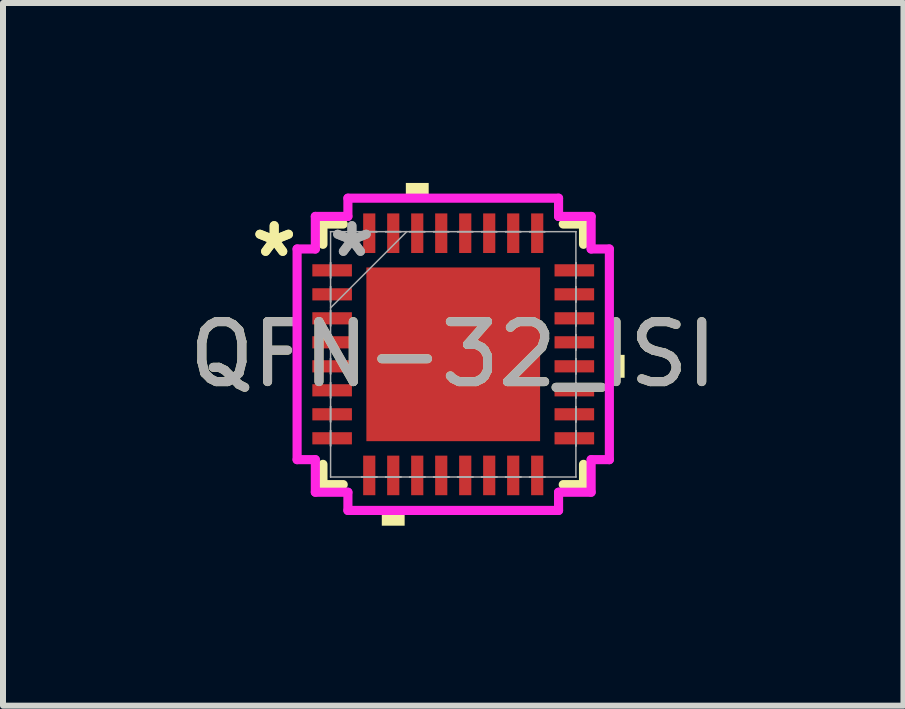
<source format=kicad_pcb>
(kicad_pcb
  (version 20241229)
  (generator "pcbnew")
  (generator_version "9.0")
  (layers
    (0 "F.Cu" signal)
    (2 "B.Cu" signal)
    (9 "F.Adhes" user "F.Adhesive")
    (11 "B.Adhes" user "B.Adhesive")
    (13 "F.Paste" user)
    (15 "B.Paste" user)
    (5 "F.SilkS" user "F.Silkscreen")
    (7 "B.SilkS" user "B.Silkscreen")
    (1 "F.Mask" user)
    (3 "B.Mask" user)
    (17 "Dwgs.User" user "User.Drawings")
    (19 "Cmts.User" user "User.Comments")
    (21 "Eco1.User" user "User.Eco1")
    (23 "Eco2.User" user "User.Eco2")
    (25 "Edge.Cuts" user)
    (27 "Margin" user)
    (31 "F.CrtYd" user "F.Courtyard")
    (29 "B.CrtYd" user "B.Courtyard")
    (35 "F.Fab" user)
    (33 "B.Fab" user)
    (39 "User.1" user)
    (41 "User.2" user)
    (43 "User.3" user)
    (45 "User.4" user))
  (footprint "QFN-32_ISI"
    (layer "F.Cu")
    (at 4.506 2.857)
    (property "Reference" "QFN-32_ISI" (at 0 0 0) (unlocked yes) (layer "F.SilkS") (effects (font (size 1 1) (thickness 0.15))))
    (attr smd)
    (fp_line (start -2.172 -2.172) (end -2.172 -1.834) (stroke (width 0.152) (type solid)) (layer "F.SilkS"))
    (fp_line (start -2.172 1.834) (end -2.172 2.172) (stroke (width 0.152) (type solid)) (layer "F.SilkS"))
    (fp_line (start -2.172 2.172) (end -1.834 2.172) (stroke (width 0.152) (type solid)) (layer "F.SilkS"))
    (fp_line (start -1.834 -2.172) (end -2.172 -2.172) (stroke (width 0.152) (type solid)) (layer "F.SilkS"))
    (fp_line (start 1.834 2.172) (end 2.172 2.172) (stroke (width 0.152) (type solid)) (layer "F.SilkS"))
    (fp_line (start 2.172 -2.172) (end 1.834 -2.172) (stroke (width 0.152) (type solid)) (layer "F.SilkS"))
    (fp_line (start 2.172 -1.834) (end 2.172 -2.172) (stroke (width 0.152) (type solid)) (layer "F.SilkS"))
    (fp_line (start 2.172 2.172) (end 2.172 1.834) (stroke (width 0.152) (type solid)) (layer "F.SilkS"))
    (fp_poly (pts (xy -1.191 2.603) (xy -1.191 2.857) (xy -0.81 2.857) (xy -0.81 2.603)) (stroke (width 0) (type solid)) (fill yes) (layer "F.SilkS"))
    (fp_poly (pts (xy -0.79 -2.603) (xy -0.79 -2.857) (xy -0.409 -2.857) (xy -0.409 -2.603)) (stroke (width 0) (type solid)) (fill yes) (layer "F.SilkS"))
    (fp_poly (pts (xy 2.857 0.009) (xy 2.857 0.391) (xy 2.603 0.391) (xy 2.603 0.009)) (stroke (width 0) (type solid)) (fill yes) (layer "F.SilkS"))
    (fp_poly (pts (xy -1.348 -1.348) (xy -1.348 -0.1) (xy -0.1 -0.1) (xy -0.1 -1.348)) (stroke (width 0) (type solid)) (fill yes) (layer "F.Paste"))
    (fp_poly (pts (xy -1.348 0.1) (xy -1.348 1.348) (xy -0.1 1.348) (xy -0.1 0.1)) (stroke (width 0) (type solid)) (fill yes) (layer "F.Paste"))
    (fp_poly (pts (xy 0.1 -1.348) (xy 0.1 -0.1) (xy 1.348 -0.1) (xy 1.348 -1.348)) (stroke (width 0) (type solid)) (fill yes) (layer "F.Paste"))
    (fp_poly (pts (xy 0.1 0.1) (xy 0.1 1.348) (xy 1.348 1.348) (xy 1.348 0.1)) (stroke (width 0) (type solid)) (fill yes) (layer "F.Paste"))
    (fp_line (start -2.603 -1.756) (end -2.299 -1.756) (stroke (width 0.152) (type solid)) (layer "F.CrtYd"))
    (fp_line (start -2.603 1.756) (end -2.603 -1.756) (stroke (width 0.152) (type solid)) (layer "F.CrtYd"))
    (fp_line (start -2.299 -2.299) (end -1.756 -2.299) (stroke (width 0.152) (type solid)) (layer "F.CrtYd"))
    (fp_line (start -2.299 -1.756) (end -2.299 -2.299) (stroke (width 0.152) (type solid)) (layer "F.CrtYd"))
    (fp_line (start -2.299 1.756) (end -2.603 1.756) (stroke (width 0.152) (type solid)) (layer "F.CrtYd"))
    (fp_line (start -2.299 2.299) (end -2.299 1.756) (stroke (width 0.152) (type solid)) (layer "F.CrtYd"))
    (fp_line (start -1.756 -2.603) (end 1.756 -2.603) (stroke (width 0.152) (type solid)) (layer "F.CrtYd"))
    (fp_line (start -1.756 -2.299) (end -1.756 -2.603) (stroke (width 0.152) (type solid)) (layer "F.CrtYd"))
    (fp_line (start -1.756 2.299) (end -2.299 2.299) (stroke (width 0.152) (type solid)) (layer "F.CrtYd"))
    (fp_line (start -1.756 2.603) (end -1.756 2.299) (stroke (width 0.152) (type solid)) (layer "F.CrtYd"))
    (fp_line (start 1.756 -2.603) (end 1.756 -2.299) (stroke (width 0.152) (type solid)) (layer "F.CrtYd"))
    (fp_line (start 1.756 -2.299) (end 2.299 -2.299) (stroke (width 0.152) (type solid)) (layer "F.CrtYd"))
    (fp_line (start 1.756 2.299) (end 1.756 2.603) (stroke (width 0.152) (type solid)) (layer "F.CrtYd"))
    (fp_line (start 1.756 2.603) (end -1.756 2.603) (stroke (width 0.152) (type solid)) (layer "F.CrtYd"))
    (fp_line (start 2.299 -2.299) (end 2.299 -1.756) (stroke (width 0.152) (type solid)) (layer "F.CrtYd"))
    (fp_line (start 2.299 -1.756) (end 2.603 -1.756) (stroke (width 0.152) (type solid)) (layer "F.CrtYd"))
    (fp_line (start 2.299 1.756) (end 2.299 2.299) (stroke (width 0.152) (type solid)) (layer "F.CrtYd"))
    (fp_line (start 2.299 2.299) (end 1.756 2.299) (stroke (width 0.152) (type solid)) (layer "F.CrtYd"))
    (fp_line (start 2.603 -1.756) (end 2.603 1.756) (stroke (width 0.152) (type solid)) (layer "F.CrtYd"))
    (fp_line (start 2.603 1.756) (end 2.299 1.756) (stroke (width 0.152) (type solid)) (layer "F.CrtYd"))
    (fp_line (start -2.045 -2.045) (end -2.045 -2.045) (stroke (width 0.025) (type solid)) (layer "F.Fab"))
    (fp_line (start -2.045 -2.045) (end -2.045 2.045) (stroke (width 0.025) (type solid)) (layer "F.Fab"))
    (fp_line (start -2.045 -1.527) (end -2.045 -1.527) (stroke (width 0.025) (type solid)) (layer "F.Fab"))
    (fp_line (start -2.045 -1.527) (end -2.045 -1.273) (stroke (width 0.025) (type solid)) (layer "F.Fab"))
    (fp_line (start -2.045 -1.273) (end -2.045 -1.527) (stroke (width 0.025) (type solid)) (layer "F.Fab"))
    (fp_line (start -2.045 -1.273) (end -2.045 -1.273) (stroke (width 0.025) (type solid)) (layer "F.Fab"))
    (fp_line (start -2.045 -1.127) (end -2.045 -1.127) (stroke (width 0.025) (type solid)) (layer "F.Fab"))
    (fp_line (start -2.045 -1.127) (end -2.045 -0.873) (stroke (width 0.025) (type solid)) (layer "F.Fab"))
    (fp_line (start -2.045 -0.873) (end -2.045 -1.127) (stroke (width 0.025) (type solid)) (layer "F.Fab"))
    (fp_line (start -2.045 -0.873) (end -2.045 -0.873) (stroke (width 0.025) (type solid)) (layer "F.Fab"))
    (fp_line (start -2.045 -0.775) (end -0.775 -2.045) (stroke (width 0.025) (type solid)) (layer "F.Fab"))
    (fp_line (start -2.045 -0.727) (end -2.045 -0.727) (stroke (width 0.025) (type solid)) (layer "F.Fab"))
    (fp_line (start -2.045 -0.727) (end -2.045 -0.473) (stroke (width 0.025) (type solid)) (layer "F.Fab"))
    (fp_line (start -2.045 -0.473) (end -2.045 -0.727) (stroke (width 0.025) (type solid)) (layer "F.Fab"))
    (fp_line (start -2.045 -0.473) (end -2.045 -0.473) (stroke (width 0.025) (type solid)) (layer "F.Fab"))
    (fp_line (start -2.045 -0.327) (end -2.045 -0.327) (stroke (width 0.025) (type solid)) (layer "F.Fab"))
    (fp_line (start -2.045 -0.327) (end -2.045 -0.073) (stroke (width 0.025) (type solid)) (layer "F.Fab"))
    (fp_line (start -2.045 -0.073) (end -2.045 -0.327) (stroke (width 0.025) (type solid)) (layer "F.Fab"))
    (fp_line (start -2.045 -0.073) (end -2.045 -0.073) (stroke (width 0.025) (type solid)) (layer "F.Fab"))
    (fp_line (start -2.045 0.073) (end -2.045 0.073) (stroke (width 0.025) (type solid)) (layer "F.Fab"))
    (fp_line (start -2.045 0.073) (end -2.045 0.327) (stroke (width 0.025) (type solid)) (layer "F.Fab"))
    (fp_line (start -2.045 0.327) (end -2.045 0.073) (stroke (width 0.025) (type solid)) (layer "F.Fab"))
    (fp_line (start -2.045 0.327) (end -2.045 0.327) (stroke (width 0.025) (type solid)) (layer "F.Fab"))
    (fp_line (start -2.045 0.473) (end -2.045 0.473) (stroke (width 0.025) (type solid)) (layer "F.Fab"))
    (fp_line (start -2.045 0.473) (end -2.045 0.727) (stroke (width 0.025) (type solid)) (layer "F.Fab"))
    (fp_line (start -2.045 0.727) (end -2.045 0.473) (stroke (width 0.025) (type solid)) (layer "F.Fab"))
    (fp_line (start -2.045 0.727) (end -2.045 0.727) (stroke (width 0.025) (type solid)) (layer "F.Fab"))
    (fp_line (start -2.045 0.873) (end -2.045 0.873) (stroke (width 0.025) (type solid)) (layer "F.Fab"))
    (fp_line (start -2.045 0.873) (end -2.045 1.127) (stroke (width 0.025) (type solid)) (layer "F.Fab"))
    (fp_line (start -2.045 1.127) (end -2.045 0.873) (stroke (width 0.025) (type solid)) (layer "F.Fab"))
    (fp_line (start -2.045 1.127) (end -2.045 1.127) (stroke (width 0.025) (type solid)) (layer "F.Fab"))
    (fp_line (start -2.045 1.273) (end -2.045 1.273) (stroke (width 0.025) (type solid)) (layer "F.Fab"))
    (fp_line (start -2.045 1.273) (end -2.045 1.527) (stroke (width 0.025) (type solid)) (layer "F.Fab"))
    (fp_line (start -2.045 1.527) (end -2.045 1.273) (stroke (width 0.025) (type solid)) (layer "F.Fab"))
    (fp_line (start -2.045 1.527) (end -2.045 1.527) (stroke (width 0.025) (type solid)) (layer "F.Fab"))
    (fp_line (start -2.045 2.045) (end -2.045 2.045) (stroke (width 0.025) (type solid)) (layer "F.Fab"))
    (fp_line (start -2.045 2.045) (end 2.045 2.045) (stroke (width 0.025) (type solid)) (layer "F.Fab"))
    (fp_line (start -1.527 -2.045) (end -1.527 -2.045) (stroke (width 0.025) (type solid)) (layer "F.Fab"))
    (fp_line (start -1.527 -2.045) (end -1.273 -2.045) (stroke (width 0.025) (type solid)) (layer "F.Fab"))
    (fp_line (start -1.527 2.045) (end -1.527 2.045) (stroke (width 0.025) (type solid)) (layer "F.Fab"))
    (fp_line (start -1.527 2.045) (end -1.273 2.045) (stroke (width 0.025) (type solid)) (layer "F.Fab"))
    (fp_line (start -1.273 -2.045) (end -1.527 -2.045) (stroke (width 0.025) (type solid)) (layer "F.Fab"))
    (fp_line (start -1.273 -2.045) (end -1.273 -2.045) (stroke (width 0.025) (type solid)) (layer "F.Fab"))
    (fp_line (start -1.273 2.045) (end -1.527 2.045) (stroke (width 0.025) (type solid)) (layer "F.Fab"))
    (fp_line (start -1.273 2.045) (end -1.273 2.045) (stroke (width 0.025) (type solid)) (layer "F.Fab"))
    (fp_line (start -1.127 -2.045) (end -1.127 -2.045) (stroke (width 0.025) (type solid)) (layer "F.Fab"))
    (fp_line (start -1.127 -2.045) (end -0.873 -2.045) (stroke (width 0.025) (type solid)) (layer "F.Fab"))
    (fp_line (start -1.127 2.045) (end -1.127 2.045) (stroke (width 0.025) (type solid)) (layer "F.Fab"))
    (fp_line (start -1.127 2.045) (end -0.873 2.045) (stroke (width 0.025) (type solid)) (layer "F.Fab"))
    (fp_line (start -0.873 -2.045) (end -1.127 -2.045) (stroke (width 0.025) (type solid)) (layer "F.Fab"))
    (fp_line (start -0.873 -2.045) (end -0.873 -2.045) (stroke (width 0.025) (type solid)) (layer "F.Fab"))
    (fp_line (start -0.873 2.045) (end -1.127 2.045) (stroke (width 0.025) (type solid)) (layer "F.Fab"))
    (fp_line (start -0.873 2.045) (end -0.873 2.045) (stroke (width 0.025) (type solid)) (layer "F.Fab"))
    (fp_line (start -0.727 -2.045) (end -0.727 -2.045) (stroke (width 0.025) (type solid)) (layer "F.Fab"))
    (fp_line (start -0.727 -2.045) (end -0.473 -2.045) (stroke (width 0.025) (type solid)) (layer "F.Fab"))
    (fp_line (start -0.727 2.045) (end -0.727 2.045) (stroke (width 0.025) (type solid)) (layer "F.Fab"))
    (fp_line (start -0.727 2.045) (end -0.473 2.045) (stroke (width 0.025) (type solid)) (layer "F.Fab"))
    (fp_line (start -0.473 -2.045) (end -0.727 -2.045) (stroke (width 0.025) (type solid)) (layer "F.Fab"))
    (fp_line (start -0.473 -2.045) (end -0.473 -2.045) (stroke (width 0.025) (type solid)) (layer "F.Fab"))
    (fp_line (start -0.473 2.045) (end -0.727 2.045) (stroke (width 0.025) (type solid)) (layer "F.Fab"))
    (fp_line (start -0.473 2.045) (end -0.473 2.045) (stroke (width 0.025) (type solid)) (layer "F.Fab"))
    (fp_line (start -0.327 -2.045) (end -0.327 -2.045) (stroke (width 0.025) (type solid)) (layer "F.Fab"))
    (fp_line (start -0.327 -2.045) (end -0.073 -2.045) (stroke (width 0.025) (type solid)) (layer "F.Fab"))
    (fp_line (start -0.327 2.045) (end -0.327 2.045) (stroke (width 0.025) (type solid)) (layer "F.Fab"))
    (fp_line (start -0.327 2.045) (end -0.073 2.045) (stroke (width 0.025) (type solid)) (layer "F.Fab"))
    (fp_line (start -0.073 -2.045) (end -0.327 -2.045) (stroke (width 0.025) (type solid)) (layer "F.Fab"))
    (fp_line (start -0.073 -2.045) (end -0.073 -2.045) (stroke (width 0.025) (type solid)) (layer "F.Fab"))
    (fp_line (start -0.073 2.045) (end -0.327 2.045) (stroke (width 0.025) (type solid)) (layer "F.Fab"))
    (fp_line (start -0.073 2.045) (end -0.073 2.045) (stroke (width 0.025) (type solid)) (layer "F.Fab"))
    (fp_line (start 0.073 -2.045) (end 0.073 -2.045) (stroke (width 0.025) (type solid)) (layer "F.Fab"))
    (fp_line (start 0.073 -2.045) (end 0.327 -2.045) (stroke (width 0.025) (type solid)) (layer "F.Fab"))
    (fp_line (start 0.073 2.045) (end 0.073 2.045) (stroke (width 0.025) (type solid)) (layer "F.Fab"))
    (fp_line (start 0.073 2.045) (end 0.327 2.045) (stroke (width 0.025) (type solid)) (layer "F.Fab"))
    (fp_line (start 0.327 -2.045) (end 0.073 -2.045) (stroke (width 0.025) (type solid)) (layer "F.Fab"))
    (fp_line (start 0.327 -2.045) (end 0.327 -2.045) (stroke (width 0.025) (type solid)) (layer "F.Fab"))
    (fp_line (start 0.327 2.045) (end 0.073 2.045) (stroke (width 0.025) (type solid)) (layer "F.Fab"))
    (fp_line (start 0.327 2.045) (end 0.327 2.045) (stroke (width 0.025) (type solid)) (layer "F.Fab"))
    (fp_line (start 0.473 -2.045) (end 0.473 -2.045) (stroke (width 0.025) (type solid)) (layer "F.Fab"))
    (fp_line (start 0.473 -2.045) (end 0.727 -2.045) (stroke (width 0.025) (type solid)) (layer "F.Fab"))
    (fp_line (start 0.473 2.045) (end 0.473 2.045) (stroke (width 0.025) (type solid)) (layer "F.Fab"))
    (fp_line (start 0.473 2.045) (end 0.727 2.045) (stroke (width 0.025) (type solid)) (layer "F.Fab"))
    (fp_line (start 0.727 -2.045) (end 0.473 -2.045) (stroke (width 0.025) (type solid)) (layer "F.Fab"))
    (fp_line (start 0.727 -2.045) (end 0.727 -2.045) (stroke (width 0.025) (type solid)) (layer "F.Fab"))
    (fp_line (start 0.727 2.045) (end 0.473 2.045) (stroke (width 0.025) (type solid)) (layer "F.Fab"))
    (fp_line (start 0.727 2.045) (end 0.727 2.045) (stroke (width 0.025) (type solid)) (layer "F.Fab"))
    (fp_line (start 0.873 -2.045) (end 0.873 -2.045) (stroke (width 0.025) (type solid)) (layer "F.Fab"))
    (fp_line (start 0.873 -2.045) (end 1.127 -2.045) (stroke (width 0.025) (type solid)) (layer "F.Fab"))
    (fp_line (start 0.873 2.045) (end 0.873 2.045) (stroke (width 0.025) (type solid)) (layer "F.Fab"))
    (fp_line (start 0.873 2.045) (end 1.127 2.045) (stroke (width 0.025) (type solid)) (layer "F.Fab"))
    (fp_line (start 1.127 -2.045) (end 0.873 -2.045) (stroke (width 0.025) (type solid)) (layer "F.Fab"))
    (fp_line (start 1.127 -2.045) (end 1.127 -2.045) (stroke (width 0.025) (type solid)) (layer "F.Fab"))
    (fp_line (start 1.127 2.045) (end 0.873 2.045) (stroke (width 0.025) (type solid)) (layer "F.Fab"))
    (fp_line (start 1.127 2.045) (end 1.127 2.045) (stroke (width 0.025) (type solid)) (layer "F.Fab"))
    (fp_line (start 1.273 -2.045) (end 1.273 -2.045) (stroke (width 0.025) (type solid)) (layer "F.Fab"))
    (fp_line (start 1.273 -2.045) (end 1.527 -2.045) (stroke (width 0.025) (type solid)) (layer "F.Fab"))
    (fp_line (start 1.273 2.045) (end 1.273 2.045) (stroke (width 0.025) (type solid)) (layer "F.Fab"))
    (fp_line (start 1.273 2.045) (end 1.527 2.045) (stroke (width 0.025) (type solid)) (layer "F.Fab"))
    (fp_line (start 1.527 -2.045) (end 1.273 -2.045) (stroke (width 0.025) (type solid)) (layer "F.Fab"))
    (fp_line (start 1.527 -2.045) (end 1.527 -2.045) (stroke (width 0.025) (type solid)) (layer "F.Fab"))
    (fp_line (start 1.527 2.045) (end 1.273 2.045) (stroke (width 0.025) (type solid)) (layer "F.Fab"))
    (fp_line (start 1.527 2.045) (end 1.527 2.045) (stroke (width 0.025) (type solid)) (layer "F.Fab"))
    (fp_line (start 2.045 -2.045) (end -2.045 -2.045) (stroke (width 0.025) (type solid)) (layer "F.Fab"))
    (fp_line (start 2.045 -2.045) (end 2.045 -2.045) (stroke (width 0.025) (type solid)) (layer "F.Fab"))
    (fp_line (start 2.045 -1.527) (end 2.045 -1.527) (stroke (width 0.025) (type solid)) (layer "F.Fab"))
    (fp_line (start 2.045 -1.527) (end 2.045 -1.273) (stroke (width 0.025) (type solid)) (layer "F.Fab"))
    (fp_line (start 2.045 -1.273) (end 2.045 -1.527) (stroke (width 0.025) (type solid)) (layer "F.Fab"))
    (fp_line (start 2.045 -1.273) (end 2.045 -1.273) (stroke (width 0.025) (type solid)) (layer "F.Fab"))
    (fp_line (start 2.045 -1.127) (end 2.045 -1.127) (stroke (width 0.025) (type solid)) (layer "F.Fab"))
    (fp_line (start 2.045 -1.127) (end 2.045 -0.873) (stroke (width 0.025) (type solid)) (layer "F.Fab"))
    (fp_line (start 2.045 -0.873) (end 2.045 -1.127) (stroke (width 0.025) (type solid)) (layer "F.Fab"))
    (fp_line (start 2.045 -0.873) (end 2.045 -0.873) (stroke (width 0.025) (type solid)) (layer "F.Fab"))
    (fp_line (start 2.045 -0.727) (end 2.045 -0.727) (stroke (width 0.025) (type solid)) (layer "F.Fab"))
    (fp_line (start 2.045 -0.727) (end 2.045 -0.473) (stroke (width 0.025) (type solid)) (layer "F.Fab"))
    (fp_line (start 2.045 -0.473) (end 2.045 -0.727) (stroke (width 0.025) (type solid)) (layer "F.Fab"))
    (fp_line (start 2.045 -0.473) (end 2.045 -0.473) (stroke (width 0.025) (type solid)) (layer "F.Fab"))
    (fp_line (start 2.045 -0.327) (end 2.045 -0.327) (stroke (width 0.025) (type solid)) (layer "F.Fab"))
    (fp_line (start 2.045 -0.327) (end 2.045 -0.073) (stroke (width 0.025) (type solid)) (layer "F.Fab"))
    (fp_line (start 2.045 -0.073) (end 2.045 -0.327) (stroke (width 0.025) (type solid)) (layer "F.Fab"))
    (fp_line (start 2.045 -0.073) (end 2.045 -0.073) (stroke (width 0.025) (type solid)) (layer "F.Fab"))
    (fp_line (start 2.045 0.073) (end 2.045 0.073) (stroke (width 0.025) (type solid)) (layer "F.Fab"))
    (fp_line (start 2.045 0.073) (end 2.045 0.327) (stroke (width 0.025) (type solid)) (layer "F.Fab"))
    (fp_line (start 2.045 0.327) (end 2.045 0.073) (stroke (width 0.025) (type solid)) (layer "F.Fab"))
    (fp_line (start 2.045 0.327) (end 2.045 0.327) (stroke (width 0.025) (type solid)) (layer "F.Fab"))
    (fp_line (start 2.045 0.473) (end 2.045 0.473) (stroke (width 0.025) (type solid)) (layer "F.Fab"))
    (fp_line (start 2.045 0.473) (end 2.045 0.727) (stroke (width 0.025) (type solid)) (layer "F.Fab"))
    (fp_line (start 2.045 0.727) (end 2.045 0.473) (stroke (width 0.025) (type solid)) (layer "F.Fab"))
    (fp_line (start 2.045 0.727) (end 2.045 0.727) (stroke (width 0.025) (type solid)) (layer "F.Fab"))
    (fp_line (start 2.045 0.873) (end 2.045 0.873) (stroke (width 0.025) (type solid)) (layer "F.Fab"))
    (fp_line (start 2.045 0.873) (end 2.045 1.127) (stroke (width 0.025) (type solid)) (layer "F.Fab"))
    (fp_line (start 2.045 1.127) (end 2.045 0.873) (stroke (width 0.025) (type solid)) (layer "F.Fab"))
    (fp_line (start 2.045 1.127) (end 2.045 1.127) (stroke (width 0.025) (type solid)) (layer "F.Fab"))
    (fp_line (start 2.045 1.273) (end 2.045 1.273) (stroke (width 0.025) (type solid)) (layer "F.Fab"))
    (fp_line (start 2.045 1.273) (end 2.045 1.527) (stroke (width 0.025) (type solid)) (layer "F.Fab"))
    (fp_line (start 2.045 1.527) (end 2.045 1.273) (stroke (width 0.025) (type solid)) (layer "F.Fab"))
    (fp_line (start 2.045 1.527) (end 2.045 1.527) (stroke (width 0.025) (type solid)) (layer "F.Fab"))
    (fp_line (start 2.045 2.045) (end 2.045 -2.045) (stroke (width 0.025) (type solid)) (layer "F.Fab"))
    (fp_line (start 2.045 2.045) (end 2.045 2.045) (stroke (width 0.025) (type solid)) (layer "F.Fab"))
    (fp_text user "*" (at -2.985 -1.6 0) (layer "F.SilkS") (effects (font (size 1 1) (thickness 0.15))))
    (fp_text user "*" (at -2.985 -1.6 0) (unlocked yes) (layer "F.SilkS") (effects (font (size 1 1) (thickness 0.15))))
    (fp_text user "*" (at -1.689 -1.6 0) (unlocked yes) (layer "F.Fab") (effects (font (size 1 1) (thickness 0.15))))
    (fp_text user "${REFERENCE}" (at 0 0 0) (unlocked yes) (layer "F.Fab") (effects (font (size 1 1) (thickness 0.15))))
    (fp_text user "*" (at -1.689 -1.6 0) (layer "F.Fab") (effects (font (size 1 1) (thickness 0.15))))
    (pad "1" smd rect (at -2.019 -1.4 90) (size 0.203 0.66) (layers "F.Cu" "F.Mask" "F.Paste"))
    (pad "2" smd rect (at -2.019 -1 90) (size 0.203 0.66) (layers "F.Cu" "F.Mask" "F.Paste"))
    (pad "3" smd rect (at -2.019 -0.6 90) (size 0.203 0.66) (layers "F.Cu" "F.Mask" "F.Paste"))
    (pad "4" smd rect (at -2.019 -0.2 90) (size 0.203 0.66) (layers "F.Cu" "F.Mask" "F.Paste"))
    (pad "5" smd rect (at -2.019 0.2 90) (size 0.203 0.66) (layers "F.Cu" "F.Mask" "F.Paste"))
    (pad "6" smd rect (at -2.019 0.6 90) (size 0.203 0.66) (layers "F.Cu" "F.Mask" "F.Paste"))
    (pad "7" smd rect (at -2.019 1 90) (size 0.203 0.66) (layers "F.Cu" "F.Mask" "F.Paste"))
    (pad "8" smd rect (at -2.019 1.4 90) (size 0.203 0.66) (layers "F.Cu" "F.Mask" "F.Paste"))
    (pad "9" smd rect (at -1.4 2.019) (size 0.203 0.66) (layers "F.Cu" "F.Mask" "F.Paste"))
    (pad "10" smd rect (at -1 2.019) (size 0.203 0.66) (layers "F.Cu" "F.Mask" "F.Paste"))
    (pad "11" smd rect (at -0.6 2.019) (size 0.203 0.66) (layers "F.Cu" "F.Mask" "F.Paste"))
    (pad "12" smd rect (at -0.2 2.019) (size 0.203 0.66) (layers "F.Cu" "F.Mask" "F.Paste"))
    (pad "13" smd rect (at 0.2 2.019) (size 0.203 0.66) (layers "F.Cu" "F.Mask" "F.Paste"))
    (pad "14" smd rect (at 0.6 2.019) (size 0.203 0.66) (layers "F.Cu" "F.Mask" "F.Paste"))
    (pad "15" smd rect (at 1 2.019) (size 0.203 0.66) (layers "F.Cu" "F.Mask" "F.Paste"))
    (pad "16" smd rect (at 1.4 2.019) (size 0.203 0.66) (layers "F.Cu" "F.Mask" "F.Paste"))
    (pad "17" smd rect (at 2.019 1.4 90) (size 0.203 0.66) (layers "F.Cu" "F.Mask" "F.Paste"))
    (pad "18" smd rect (at 2.019 1 90) (size 0.203 0.66) (layers "F.Cu" "F.Mask" "F.Paste"))
    (pad "19" smd rect (at 2.019 0.6 90) (size 0.203 0.66) (layers "F.Cu" "F.Mask" "F.Paste"))
    (pad "20" smd rect (at 2.019 0.2 90) (size 0.203 0.66) (layers "F.Cu" "F.Mask" "F.Paste"))
    (pad "21" smd rect (at 2.019 -0.2 90) (size 0.203 0.66) (layers "F.Cu" "F.Mask" "F.Paste"))
    (pad "22" smd rect (at 2.019 -0.6 90) (size 0.203 0.66) (layers "F.Cu" "F.Mask" "F.Paste"))
    (pad "23" smd rect (at 2.019 -1 90) (size 0.203 0.66) (layers "F.Cu" "F.Mask" "F.Paste"))
    (pad "24" smd rect (at 2.019 -1.4 90) (size 0.203 0.66) (layers "F.Cu" "F.Mask" "F.Paste"))
    (pad "25" smd rect (at 1.4 -2.019) (size 0.203 0.66) (layers "F.Cu" "F.Mask" "F.Paste"))
    (pad "26" smd rect (at 1 -2.019) (size 0.203 0.66) (layers "F.Cu" "F.Mask" "F.Paste"))
    (pad "27" smd rect (at 0.6 -2.019) (size 0.203 0.66) (layers "F.Cu" "F.Mask" "F.Paste"))
    (pad "28" smd rect (at 0.2 -2.019) (size 0.203 0.66) (layers "F.Cu" "F.Mask" "F.Paste"))
    (pad "29" smd rect (at -0.2 -2.019) (size 0.203 0.66) (layers "F.Cu" "F.Mask" "F.Paste"))
    (pad "30" smd rect (at -0.6 -2.019) (size 0.203 0.66) (layers "F.Cu" "F.Mask" "F.Paste"))
    (pad "31" smd rect (at -1 -2.019) (size 0.203 0.66) (layers "F.Cu" "F.Mask" "F.Paste"))
    (pad "32" smd rect (at -1.4 -2.019) (size 0.203 0.66) (layers "F.Cu" "F.Mask" "F.Paste"))
    (pad "33" smd rect (at 0 0) (size 2.896 2.896) (layers "F.Cu" "F.Mask" "F.Paste")))
  (gr_rect
    (start -3 -3)
    (end 12.012 8.715)
    (stroke (width 0.1) (type default))
    (fill no)
    (layer "Edge.Cuts")))
</source>
